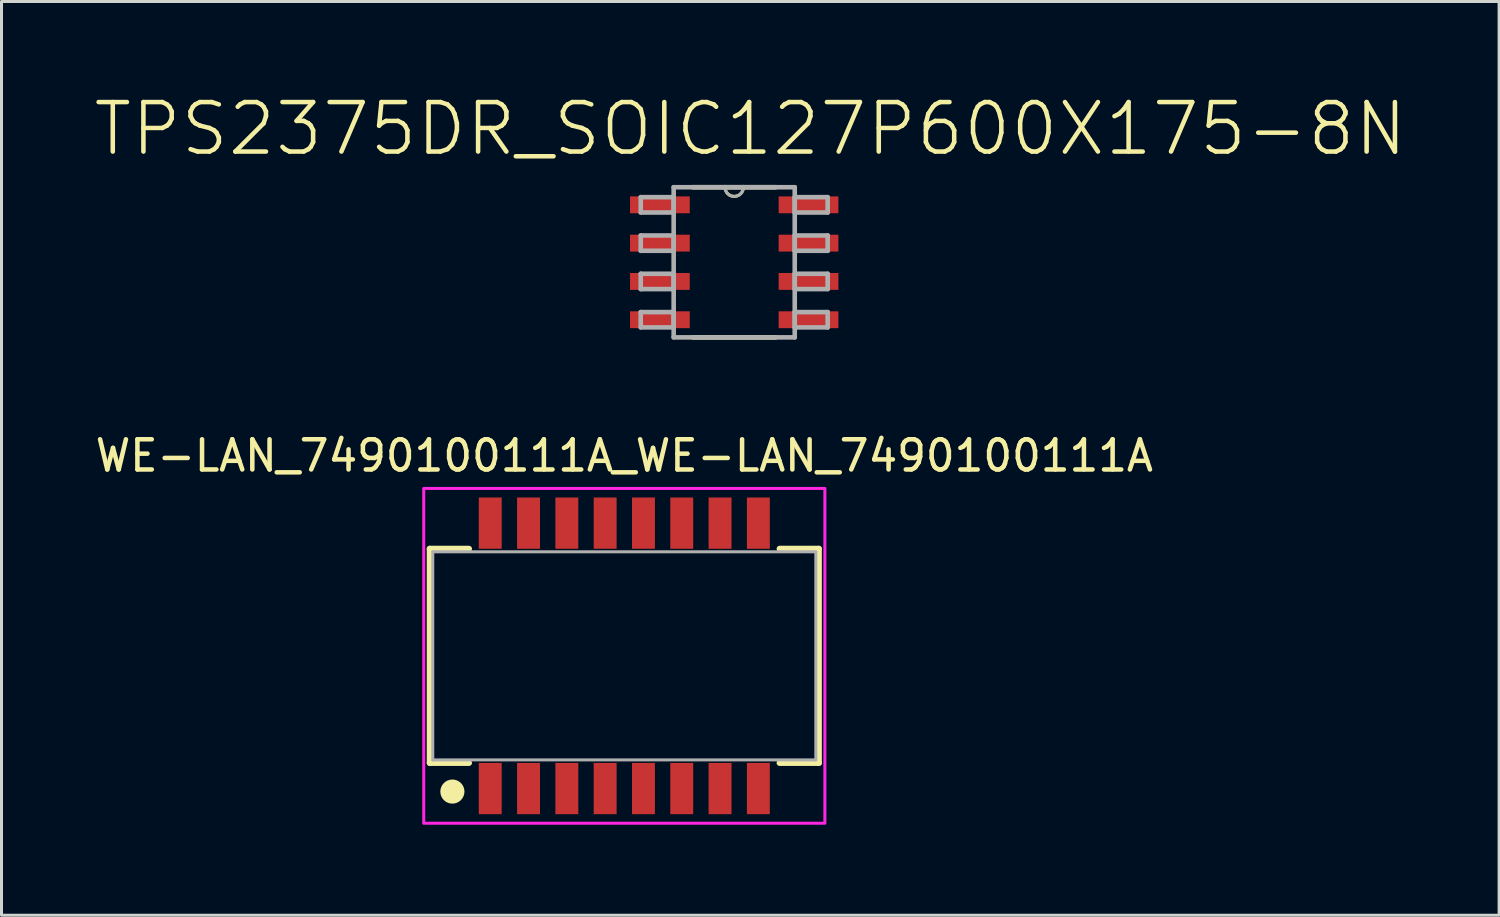
<source format=kicad_pcb>
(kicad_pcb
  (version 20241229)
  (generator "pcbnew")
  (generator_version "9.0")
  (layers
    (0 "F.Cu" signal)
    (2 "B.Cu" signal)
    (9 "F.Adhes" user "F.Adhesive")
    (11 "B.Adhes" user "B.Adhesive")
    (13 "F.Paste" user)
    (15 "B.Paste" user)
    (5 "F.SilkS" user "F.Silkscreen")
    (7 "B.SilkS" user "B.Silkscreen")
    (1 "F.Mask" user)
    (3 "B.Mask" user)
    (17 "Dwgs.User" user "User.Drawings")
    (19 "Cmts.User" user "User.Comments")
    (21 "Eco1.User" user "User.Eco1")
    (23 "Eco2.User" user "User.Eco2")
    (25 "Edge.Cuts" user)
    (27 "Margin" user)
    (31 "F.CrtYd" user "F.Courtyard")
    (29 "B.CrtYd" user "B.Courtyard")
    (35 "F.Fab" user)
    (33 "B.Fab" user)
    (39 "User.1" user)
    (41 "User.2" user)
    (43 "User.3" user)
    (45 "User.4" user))
  (footprint "TPS2375DR_SOIC127P600X175-8N"
    (layer "F.Cu")
    (at 21.293 5.646)
    (property "Reference" "TPS2375DR_SOIC127P600X175-8N" (at 0.534 -4.423 0) (layer "F.SilkS") (effects (font (size 1.641 1.641) (thickness 0.15))))
    (attr smd)
    (fp_line (start -1.372 2.489) (end 1.372 2.489) (stroke (width 0.152) (type solid)) (layer "F.SilkS"))
    (fp_line (start -0.305 -2.489) (end -1.372 -2.489) (stroke (width 0.152) (type solid)) (layer "F.SilkS"))
    (fp_line (start 0.305 -2.489) (end -0.305 -2.489) (stroke (width 0.152) (type solid)) (layer "F.SilkS"))
    (fp_line (start 1.372 -2.489) (end 0.305 -2.489) (stroke (width 0.152) (type solid)) (layer "F.SilkS"))
    (fp_arc (start 0.3048 -2.4892) (mid 0 -2.1844) (end -0.3048 -2.4892) (stroke (width 0.1) (type solid)) (layer "F.SilkS"))
    (fp_line (start -3.099 -2.159) (end -3.099 -1.651) (stroke (width 0.152) (type solid)) (layer "F.Fab"))
    (fp_line (start -3.099 -1.651) (end -2.007 -1.651) (stroke (width 0.152) (type solid)) (layer "F.Fab"))
    (fp_line (start -3.099 -0.889) (end -3.099 -0.381) (stroke (width 0.152) (type solid)) (layer "F.Fab"))
    (fp_line (start -3.099 -0.381) (end -2.007 -0.381) (stroke (width 0.152) (type solid)) (layer "F.Fab"))
    (fp_line (start -3.099 0.381) (end -3.099 0.889) (stroke (width 0.152) (type solid)) (layer "F.Fab"))
    (fp_line (start -3.099 0.889) (end -2.007 0.889) (stroke (width 0.152) (type solid)) (layer "F.Fab"))
    (fp_line (start -3.099 1.651) (end -3.099 2.159) (stroke (width 0.152) (type solid)) (layer "F.Fab"))
    (fp_line (start -3.099 2.159) (end -2.007 2.159) (stroke (width 0.152) (type solid)) (layer "F.Fab"))
    (fp_line (start -2.007 -2.489) (end -2.007 2.489) (stroke (width 0.152) (type solid)) (layer "F.Fab"))
    (fp_line (start -2.007 -2.159) (end -3.099 -2.159) (stroke (width 0.152) (type solid)) (layer "F.Fab"))
    (fp_line (start -2.007 -1.651) (end -2.007 -2.159) (stroke (width 0.152) (type solid)) (layer "F.Fab"))
    (fp_line (start -2.007 -0.889) (end -3.099 -0.889) (stroke (width 0.152) (type solid)) (layer "F.Fab"))
    (fp_line (start -2.007 -0.381) (end -2.007 -0.889) (stroke (width 0.152) (type solid)) (layer "F.Fab"))
    (fp_line (start -2.007 0.381) (end -3.099 0.381) (stroke (width 0.152) (type solid)) (layer "F.Fab"))
    (fp_line (start -2.007 0.889) (end -2.007 0.381) (stroke (width 0.152) (type solid)) (layer "F.Fab"))
    (fp_line (start -2.007 1.651) (end -3.099 1.651) (stroke (width 0.152) (type solid)) (layer "F.Fab"))
    (fp_line (start -2.007 2.159) (end -2.007 1.651) (stroke (width 0.152) (type solid)) (layer "F.Fab"))
    (fp_line (start -2.007 2.489) (end 2.007 2.489) (stroke (width 0.152) (type solid)) (layer "F.Fab"))
    (fp_line (start -0.305 -2.489) (end -2.007 -2.489) (stroke (width 0.152) (type solid)) (layer "F.Fab"))
    (fp_line (start 0.305 -2.489) (end -0.305 -2.489) (stroke (width 0.152) (type solid)) (layer "F.Fab"))
    (fp_line (start 2.007 -2.489) (end 0.305 -2.489) (stroke (width 0.152) (type solid)) (layer "F.Fab"))
    (fp_line (start 2.007 -2.159) (end 2.007 -1.651) (stroke (width 0.152) (type solid)) (layer "F.Fab"))
    (fp_line (start 2.007 -1.651) (end 3.099 -1.651) (stroke (width 0.152) (type solid)) (layer "F.Fab"))
    (fp_line (start 2.007 -0.889) (end 2.007 -0.381) (stroke (width 0.152) (type solid)) (layer "F.Fab"))
    (fp_line (start 2.007 -0.381) (end 3.099 -0.381) (stroke (width 0.152) (type solid)) (layer "F.Fab"))
    (fp_line (start 2.007 0.381) (end 2.007 0.889) (stroke (width 0.152) (type solid)) (layer "F.Fab"))
    (fp_line (start 2.007 0.889) (end 3.099 0.889) (stroke (width 0.152) (type solid)) (layer "F.Fab"))
    (fp_line (start 2.007 1.651) (end 2.007 2.159) (stroke (width 0.152) (type solid)) (layer "F.Fab"))
    (fp_line (start 2.007 2.159) (end 3.099 2.159) (stroke (width 0.152) (type solid)) (layer "F.Fab"))
    (fp_line (start 2.007 2.489) (end 2.007 -2.489) (stroke (width 0.152) (type solid)) (layer "F.Fab"))
    (fp_line (start 3.099 -2.159) (end 2.007 -2.159) (stroke (width 0.152) (type solid)) (layer "F.Fab"))
    (fp_line (start 3.099 -1.651) (end 3.099 -2.159) (stroke (width 0.152) (type solid)) (layer "F.Fab"))
    (fp_line (start 3.099 -0.889) (end 2.007 -0.889) (stroke (width 0.152) (type solid)) (layer "F.Fab"))
    (fp_line (start 3.099 -0.381) (end 3.099 -0.889) (stroke (width 0.152) (type solid)) (layer "F.Fab"))
    (fp_line (start 3.099 0.381) (end 2.007 0.381) (stroke (width 0.152) (type solid)) (layer "F.Fab"))
    (fp_line (start 3.099 0.889) (end 3.099 0.381) (stroke (width 0.152) (type solid)) (layer "F.Fab"))
    (fp_line (start 3.099 1.651) (end 2.007 1.651) (stroke (width 0.152) (type solid)) (layer "F.Fab"))
    (fp_line (start 3.099 2.159) (end 3.099 1.651) (stroke (width 0.152) (type solid)) (layer "F.Fab"))
    (fp_arc (start 0.3048 -2.4892) (mid 0 -2.1844) (end -0.3048 -2.4892) (stroke (width 0.1) (type solid)) (layer "F.Fab"))
    (pad "1" smd rect (at -2.464 -1.905) (size 1.981 0.559) (layers "F.Cu" "F.Mask" "F.Paste"))
    (pad "2" smd rect (at -2.464 -0.635) (size 1.981 0.559) (layers "F.Cu" "F.Mask" "F.Paste"))
    (pad "3" smd rect (at -2.464 0.635) (size 1.981 0.559) (layers "F.Cu" "F.Mask" "F.Paste"))
    (pad "4" smd rect (at -2.464 1.905) (size 1.981 0.559) (layers "F.Cu" "F.Mask" "F.Paste"))
    (pad "5" smd rect (at 2.464 1.905) (size 1.981 0.559) (layers "F.Cu" "F.Mask" "F.Paste"))
    (pad "6" smd rect (at 2.464 0.635) (size 1.981 0.559) (layers "F.Cu" "F.Mask" "F.Paste"))
    (pad "7" smd rect (at 2.464 -0.635) (size 1.981 0.559) (layers "F.Cu" "F.Mask" "F.Paste"))
    (pad "8" smd rect (at 2.464 -1.905) (size 1.981 0.559) (layers "F.Cu" "F.Mask" "F.Paste")))
  (footprint "WE-LAN_7490100111A_WE-LAN_7490100111A"
    (layer "F.Cu")
    (at 17.649 18.695)
    (property "Reference" "WE-LAN_7490100111A_WE-LAN_7490100111A" (at 0 -6.635 0) (layer "F.SilkS") (effects (font (size 1 1) (thickness 0.15))))
    (attr smd)
    (fp_line (start -6.45 3.55) (end -6.45 -3.55) (stroke (width 0.2) (type solid)) (layer "F.SilkS"))
    (fp_line (start -5.15 -3.55) (end -6.45 -3.55) (stroke (width 0.2) (type solid)) (layer "F.SilkS"))
    (fp_line (start -5.15 3.55) (end -6.45 3.55) (stroke (width 0.2) (type solid)) (layer "F.SilkS"))
    (fp_line (start 5.15 -3.55) (end 6.45 -3.55) (stroke (width 0.2) (type solid)) (layer "F.SilkS"))
    (fp_line (start 5.15 3.55) (end 6.45 3.55) (stroke (width 0.2) (type solid)) (layer "F.SilkS"))
    (fp_line (start 6.45 -3.55) (end 6.45 3.55) (stroke (width 0.2) (type solid)) (layer "F.SilkS"))
    (fp_circle (center -5.7 4.5) (end -5.5 4.5) (stroke (width 0.4) (type solid)) (fill no) (layer "F.SilkS"))
    (fp_poly (pts (xy -6.65 -5.55) (xy 6.65 -5.55) (xy 6.65 5.55) (xy -6.65 5.55)) (stroke (width 0.1) (type solid)) (fill no) (layer "F.CrtYd"))
    (fp_line (start -6.35 -3.45) (end 6.35 -3.45) (stroke (width 0.1) (type solid)) (layer "F.Fab"))
    (fp_line (start -6.35 3.45) (end -6.35 -3.45) (stroke (width 0.1) (type solid)) (layer "F.Fab"))
    (fp_line (start 6.35 3.45) (end -6.35 3.45) (stroke (width 0.1) (type solid)) (layer "F.Fab"))
    (fp_line (start 6.35 3.45) (end 6.35 -3.45) (stroke (width 0.1) (type solid)) (layer "F.Fab"))
    (pad "1" smd rect (at -4.445 4.4 90) (size 1.7 0.76) (layers "F.Cu" "F.Mask" "F.Paste"))
    (pad "2" smd rect (at -3.175 4.4 90) (size 1.7 0.76) (layers "F.Cu" "F.Mask" "F.Paste"))
    (pad "3" smd rect (at -1.905 4.4 90) (size 1.7 0.76) (layers "F.Cu" "F.Mask" "F.Paste"))
    (pad "4" smd rect (at -0.635 4.4 90) (size 1.7 0.76) (layers "F.Cu" "F.Mask" "F.Paste"))
    (pad "5" smd rect (at 0.635 4.4 90) (size 1.7 0.76) (layers "F.Cu" "F.Mask" "F.Paste"))
    (pad "6" smd rect (at 1.905 4.4 90) (size 1.7 0.76) (layers "F.Cu" "F.Mask" "F.Paste"))
    (pad "7" smd rect (at 3.175 4.4 90) (size 1.7 0.76) (layers "F.Cu" "F.Mask" "F.Paste"))
    (pad "8" smd rect (at 4.445 4.4 90) (size 1.7 0.76) (layers "F.Cu" "F.Mask" "F.Paste"))
    (pad "9" smd rect (at 4.445 -4.4 90) (size 1.7 0.76) (layers "F.Cu" "F.Mask" "F.Paste"))
    (pad "10" smd rect (at 3.175 -4.4 90) (size 1.7 0.76) (layers "F.Cu" "F.Mask" "F.Paste"))
    (pad "11" smd rect (at 1.905 -4.4 90) (size 1.7 0.76) (layers "F.Cu" "F.Mask" "F.Paste"))
    (pad "12" smd rect (at 0.635 -4.4 90) (size 1.7 0.76) (layers "F.Cu" "F.Mask" "F.Paste"))
    (pad "13" smd rect (at -0.635 -4.4 90) (size 1.7 0.76) (layers "F.Cu" "F.Mask" "F.Paste"))
    (pad "14" smd rect (at -1.905 -4.4 90) (size 1.7 0.76) (layers "F.Cu" "F.Mask" "F.Paste"))
    (pad "15" smd rect (at -3.175 -4.4 90) (size 1.7 0.76) (layers "F.Cu" "F.Mask" "F.Paste"))
    (pad "16" smd rect (at -4.445 -4.4 90) (size 1.7 0.76) (layers "F.Cu" "F.Mask" "F.Paste"))
    (zone (net_name "") (layer "F.Cu") (hatch full 0.508) (connect_pads) (min_thickness 0.01) (filled_areas_thickness no) (keepout (tracks not_allowed) (vias not_allowed) (pads not_allowed) (copperpour not_allowed) (footprints allowed)) (placement (enabled no)) (fill) (polygon (pts (xy 11.299 15.145) (xy 23.999 15.145) (xy 23.999 22.245) (xy 11.299 22.245))))
    (zone (net_name "") (layers "F.Cu" "B.Cu") (hatch full 0.508) (connect_pads) (min_thickness 0.01) (filled_areas_thickness no) (keepout (tracks allowed) (vias not_allowed) (pads allowed) (copperpour allowed) (footprints allowed)) (placement (enabled no)) (fill) (polygon (pts (xy 11.299 15.145) (xy 23.999 15.145) (xy 23.999 22.245) (xy 11.299 22.245)))))
  (gr_rect
    (start -3 -3)
    (end 46.654 27.295)
    (stroke (width 0.1) (type default))
    (fill no)
    (layer "Edge.Cuts")))
</source>
